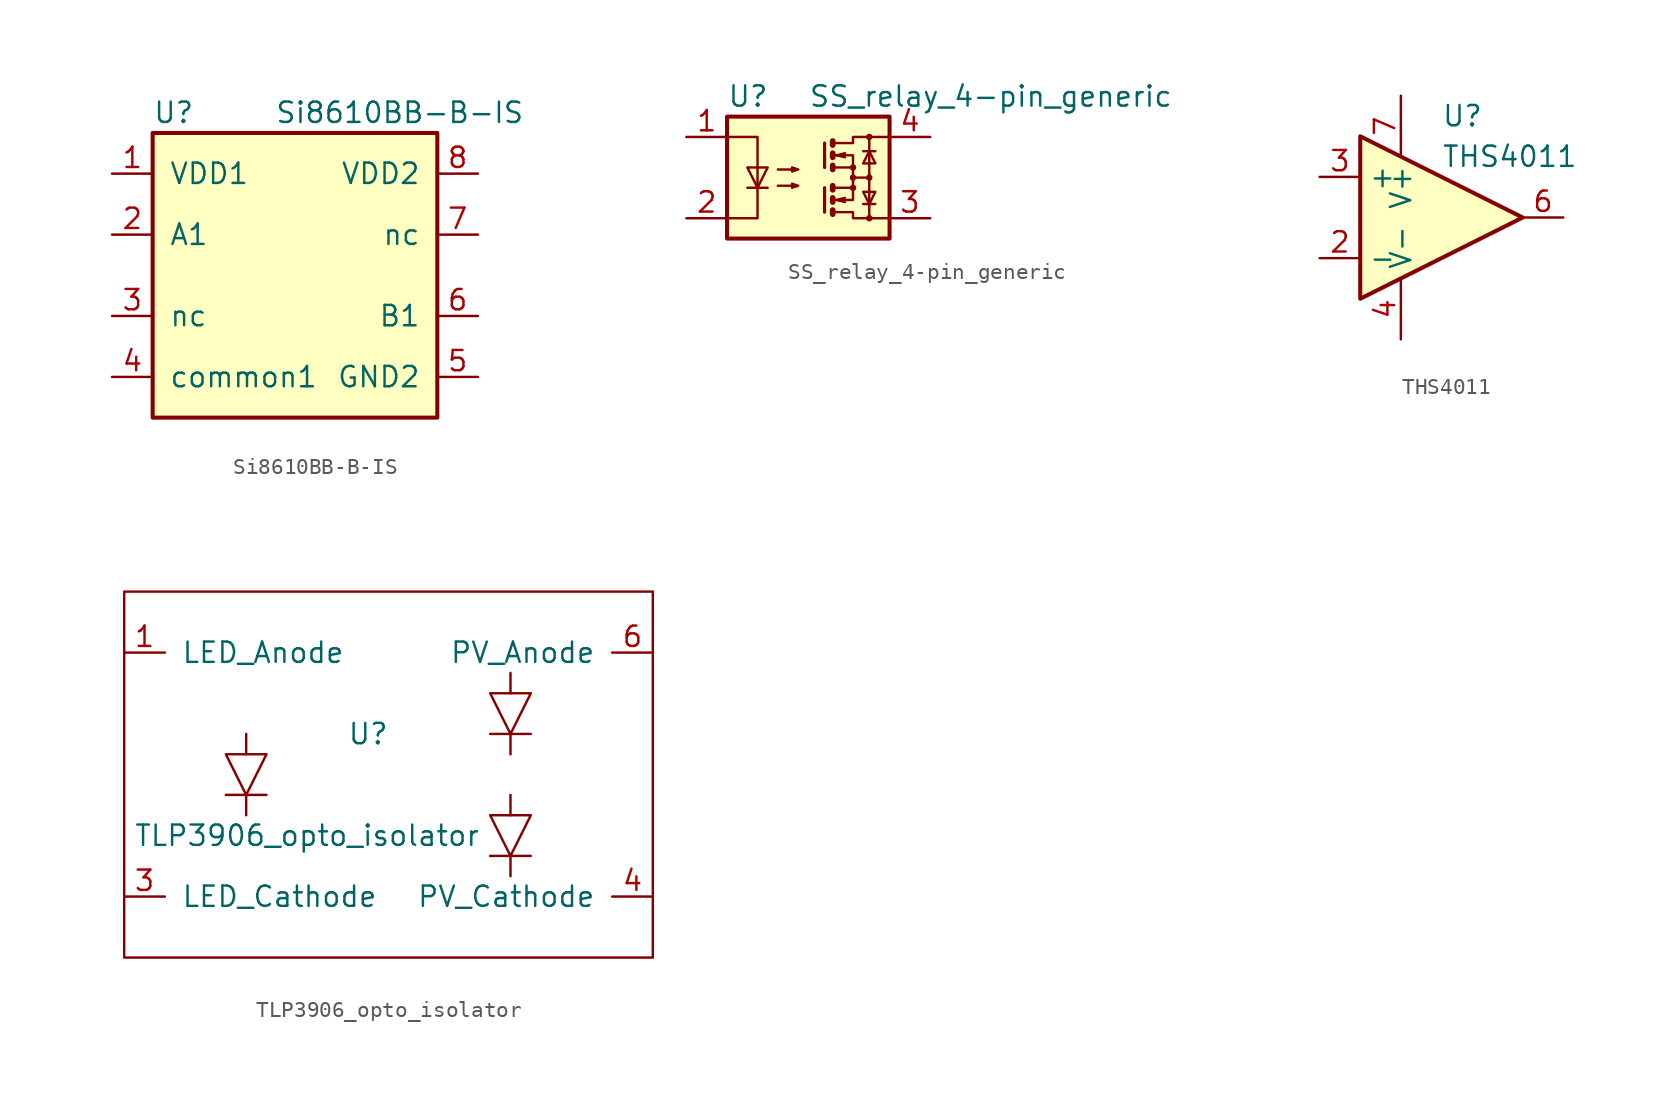
<source format=kicad_sym>
(kicad_symbol_lib
  (version 20211014)
  (generator kicad_symbol_editor)
  (symbol "Si8610BB-B-IS"
    (pin_names
      (offset 1.016))
    (property "Reference" "U"
      (at -8.89 10.16 0)
      (effects (font (size 1.27 1.27)) (justify left)))
    (property "Value" "Si8610BB-B-IS"
      (at -1.27 10.16 0)
      (effects (font (size 1.27 1.27)) (justify left)))
    (symbol "Si8610BB-B-IS_0_1"
      (rectangle (start -8.89 8.89) (end 8.89 -8.89) (stroke (width 0.254) (type default) (color 0 0 0 0)) (fill (type background))))
    (symbol "Si8610BB-B-IS_1_1"
      (pin power_in line (at -11.43 6.35 0) (length 2.54) (name "VDD1" (effects (font (size 1.27 1.27)))) (number "1" (effects (font (size 1.27 1.27)))))
      (pin input line (at -11.43 2.54 0) (length 2.54) (name "A1" (effects (font (size 1.27 1.27)))) (number "2" (effects (font (size 1.27 1.27)))))
      (pin bidirectional line (at -11.43 -2.54 0) (length 2.54) (name "nc" (effects (font (size 1.27 1.27)))) (number "3" (effects (font (size 1.27 1.27)))))
      (pin power_in line (at -11.43 -6.35 0) (length 2.54) (name "common1" (effects (font (size 1.27 1.27)))) (number "4" (effects (font (size 1.27 1.27)))))
      (pin power_in line (at 11.43 -6.35 180) (length 2.54) (name "GND2" (effects (font (size 1.27 1.27)))) (number "5" (effects (font (size 1.27 1.27)))))
      (pin output line (at 11.43 -2.54 180) (length 2.54) (name "B1" (effects (font (size 1.27 1.27)))) (number "6" (effects (font (size 1.27 1.27)))))
      (pin bidirectional line (at 11.43 2.54 180) (length 2.54) (name "nc" (effects (font (size 1.27 1.27)))) (number "7" (effects (font (size 1.27 1.27)))))
      (pin power_in line (at 11.43 6.35 180) (length 2.54) (name "VDD2" (effects (font (size 1.27 1.27)))) (number "8" (effects (font (size 1.27 1.27)))))))
  (symbol "SS_relay_4-pin_generic"
    (pin_names
      (offset 1.016))
    (property "Reference" "U"
      (at -5.08 5.08 0)
      (effects (font (size 1.27 1.27)) (justify left)))
    (property "Value" "SS_relay_4-pin_generic"
      (at 0 5.08 0)
      (effects (font (size 1.27 1.27)) (justify left)))
    (symbol "SS_relay_4-pin_generic_0_1"
      (rectangle (start -5.08 3.81) (end 5.08 -3.81) (stroke (width 0.254) (type default) (color 0 0 0 0)) (fill (type background)))
      (polyline (pts (xy -3.81 -0.635) (xy -2.54 -0.635)) (stroke (width 0) (type default) (color 0 0 0 0)) (fill (type none)))
      (polyline (pts (xy -3.175 0.635) (xy -3.175 -0.635)) (stroke (width 0) (type default) (color 0 0 0 0)) (fill (type none)))
      (polyline (pts (xy 1.016 -0.635) (xy 1.016 -2.159)) (stroke (width 0.203) (type default) (color 0 0 0 0)) (fill (type none)))
      (polyline (pts (xy 1.016 2.159) (xy 1.016 0.635)) (stroke (width 0.203) (type default) (color 0 0 0 0)) (fill (type none)))
      (polyline (pts (xy 1.524 -0.508) (xy 1.524 -0.762)) (stroke (width 0.356) (type default) (color 0 0 0 0)) (fill (type none)))
      (polyline (pts (xy 2.794 0) (xy 3.81 0)) (stroke (width 0) (type default) (color 0 0 0 0)) (fill (type none)))
      (polyline (pts (xy 3.429 -1.651) (xy 4.191 -1.651)) (stroke (width 0) (type default) (color 0 0 0 0)) (fill (type none)))
      (polyline (pts (xy 3.429 1.651) (xy 4.191 1.651)) (stroke (width 0) (type default) (color 0 0 0 0)) (fill (type none)))
      (polyline (pts (xy 3.81 0) (xy 3.81 -2.54)) (stroke (width 0) (type default) (color 0 0 0 0)) (fill (type none)))
      (polyline (pts (xy 3.81 0) (xy 3.81 2.54)) (stroke (width 0) (type default) (color 0 0 0 0)) (fill (type none)))
      (polyline (pts (xy -5.08 2.54) (xy -3.175 2.54) (xy -3.175 0.635)) (stroke (width 0) (type default) (color 0 0 0 0)) (fill (type none)))
      (polyline (pts (xy -3.175 -0.635) (xy -3.175 -2.54) (xy -5.08 -2.54)) (stroke (width 0) (type default) (color 0 0 0 0)) (fill (type none)))
      (polyline (pts (xy 1.524 -2.032) (xy 1.524 -2.286) (xy 1.524 -2.286)) (stroke (width 0.356) (type default) (color 0 0 0 0)) (fill (type none)))
      (polyline (pts (xy 1.524 -1.27) (xy 1.524 -1.524) (xy 1.524 -1.524)) (stroke (width 0.356) (type default) (color 0 0 0 0)) (fill (type none)))
      (polyline (pts (xy 1.524 0.762) (xy 1.524 0.508) (xy 1.524 0.508)) (stroke (width 0.356) (type default) (color 0 0 0 0)) (fill (type none)))
      (polyline (pts (xy 1.524 1.524) (xy 1.524 1.27) (xy 1.524 1.27)) (stroke (width 0.356) (type default) (color 0 0 0 0)) (fill (type none)))
      (polyline (pts (xy 1.524 2.286) (xy 1.524 2.032) (xy 1.524 2.032)) (stroke (width 0.356) (type default) (color 0 0 0 0)) (fill (type none)))
      (polyline (pts (xy 1.651 -1.397) (xy 2.794 -1.397) (xy 2.794 -0.635)) (stroke (width 0) (type default) (color 0 0 0 0)) (fill (type none)))
      (polyline (pts (xy 1.651 1.397) (xy 2.794 1.397) (xy 2.794 0.635)) (stroke (width 0) (type default) (color 0 0 0 0)) (fill (type none)))
      (polyline (pts (xy -3.175 -0.635) (xy -3.81 0.635) (xy -2.54 0.635) (xy -3.175 -0.635)) (stroke (width 0) (type default) (color 0 0 0 0)) (fill (type none)))
      (polyline (pts (xy 1.651 -2.159) (xy 2.794 -2.159) (xy 2.794 -2.54) (xy 5.08 -2.54)) (stroke (width 0) (type default) (color 0 0 0 0)) (fill (type none)))
      (polyline (pts (xy 1.651 -0.635) (xy 2.794 -0.635) (xy 2.794 0.635) (xy 1.651 0.635)) (stroke (width 0) (type default) (color 0 0 0 0)) (fill (type none)))
      (polyline (pts (xy 1.651 2.159) (xy 2.794 2.159) (xy 2.794 2.54) (xy 5.08 2.54)) (stroke (width 0) (type default) (color 0 0 0 0)) (fill (type none)))
      (polyline (pts (xy 1.778 -1.397) (xy 2.286 -1.27) (xy 2.286 -1.524) (xy 1.778 -1.397)) (stroke (width 0) (type default) (color 0 0 0 0)) (fill (type none)))
      (polyline (pts (xy 1.778 1.397) (xy 2.286 1.524) (xy 2.286 1.27) (xy 1.778 1.397)) (stroke (width 0) (type default) (color 0 0 0 0)) (fill (type none)))
      (polyline (pts (xy 3.81 -1.651) (xy 3.429 -0.889) (xy 4.191 -0.889) (xy 3.81 -1.651)) (stroke (width 0) (type default) (color 0 0 0 0)) (fill (type none)))
      (polyline (pts (xy 3.81 1.651) (xy 3.429 0.889) (xy 4.191 0.889) (xy 3.81 1.651)) (stroke (width 0) (type default) (color 0 0 0 0)) (fill (type none)))
      (polyline (pts (xy -1.905 -0.508) (xy -0.635 -0.508) (xy -1.016 -0.635) (xy -1.016 -0.381) (xy -0.635 -0.508)) (stroke (width 0) (type default) (color 0 0 0 0)) (fill (type none)))
      (polyline (pts (xy -1.905 0.508) (xy -0.635 0.508) (xy -1.016 0.381) (xy -1.016 0.635) (xy -0.635 0.508)) (stroke (width 0) (type default) (color 0 0 0 0)) (fill (type none)))
      (circle (center 2.794 -0.635) (radius 0.127) (stroke (width 0) (type default) (color 0 0 0 0)) (fill (type none)))
      (circle (center 2.794 0) (radius 0.127) (stroke (width 0) (type default) (color 0 0 0 0)) (fill (type none)))
      (circle (center 2.794 0.635) (radius 0.127) (stroke (width 0) (type default) (color 0 0 0 0)) (fill (type none)))
      (circle (center 3.81 -2.54) (radius 0.127) (stroke (width 0) (type default) (color 0 0 0 0)) (fill (type none)))
      (circle (center 3.81 0) (radius 0.127) (stroke (width 0) (type default) (color 0 0 0 0)) (fill (type none)))
      (circle (center 3.81 2.54) (radius 0.127) (stroke (width 0) (type default) (color 0 0 0 0)) (fill (type none))))
    (symbol "SS_relay_4-pin_generic_1_1"
      (pin passive line (at -7.62 2.54 0) (length 2.54) (name "~" (effects (font (size 1.27 1.27)))) (number "1" (effects (font (size 1.27 1.27)))))
      (pin passive line (at -7.62 -2.54 0) (length 2.54) (name "~" (effects (font (size 1.27 1.27)))) (number "2" (effects (font (size 1.27 1.27)))))
      (pin passive line (at 7.62 -2.54 180) (length 2.54) (name "~" (effects (font (size 1.27 1.27)))) (number "3" (effects (font (size 1.27 1.27)))))
      (pin passive line (at 7.62 2.54 180) (length 2.54) (name "~" (effects (font (size 1.27 1.27)))) (number "4" (effects (font (size 1.27 1.27)))))))
  (symbol "THS4011"
    (property "Reference" "U"
      (at 0 6.35 0)
      (effects (font (size 1.27 1.27)) (justify left)))
    (property "Value" "THS4011"
      (at 0 3.81 0)
      (effects (font (size 1.27 1.27)) (justify left)))
    (symbol "THS4011_0_1"
      (polyline (pts (xy -5.08 5.08) (xy 5.08 0) (xy -5.08 -5.08) (xy -5.08 5.08)) (stroke (width 0.254) (type default) (color 0 0 0 0)) (fill (type background))))
    (symbol "THS4011_1_1"
      (pin input line (at 0 -7.62 90) (length 5.08) hide (name "Null" (effects (font (size 1.27 1.27)))) (number "1" (effects (font (size 1.27 1.27)))))
      (pin input line (at -7.62 -2.54 0) (length 2.54) (name "-" (effects (font (size 1.27 1.27)))) (number "2" (effects (font (size 1.27 1.27)))))
      (pin input line (at -7.62 2.54 0) (length 2.54) (name "+" (effects (font (size 1.27 1.27)))) (number "3" (effects (font (size 1.27 1.27)))))
      (pin power_in line (at -2.54 -7.62 90) (length 3.81) (name "V-" (effects (font (size 1.27 1.27)))) (number "4" (effects (font (size 1.27 1.27)))))
      (pin output line (at 7.62 0 180) (length 2.54) (name "~" (effects (font (size 1.27 1.27)))) (number "6" (effects (font (size 1.27 1.27)))))
      (pin power_in line (at -2.54 7.62 270) (length 3.81) (name "V+" (effects (font (size 1.27 1.27)))) (number "7" (effects (font (size 1.27 1.27)))))
      (pin input line (at 2.54 -3.81 90) (length 2.54) hide (name "Null" (effects (font (size 1.27 1.27)))) (number "8" (effects (font (size 1.27 1.27)))))))
  (symbol "TLP3906_opto_isolator"
    (pin_names
      (offset 1.016))
    (property "Reference" "U"
      (at 3.81 1.27 0)
      (effects (font (size 1.27 1.27))))
    (property "Value" "TLP3906_opto_isolator"
      (at 0 -5.08 0)
      (effects (font (size 1.27 1.27))))
    (symbol "TLP3906_opto_isolator_0_1"
      (polyline (pts (xy -5.08 -2.54) (xy -2.54 -2.54)) (stroke (width 0) (type default) (color 0 0 0 0)) (fill (type none)))
      (polyline (pts (xy -3.81 -2.54) (xy -3.81 -3.81)) (stroke (width 0) (type default) (color 0 0 0 0)) (fill (type none)))
      (polyline (pts (xy -3.81 0) (xy -3.81 1.27)) (stroke (width 0) (type default) (color 0 0 0 0)) (fill (type none)))
      (polyline (pts (xy -5.08 0) (xy -2.54 0) (xy -3.81 -2.54) (xy -5.08 0)) (stroke (width 0) (type default) (color 0 0 0 0)) (fill (type none)))
      (rectangle (start 21.59 -12.7) (end -11.43 10.16) (stroke (width 0) (type default) (color 0 0 0 0)) (fill (type none))))
    (symbol "TLP3906_opto_isolator_1_1"
      (polyline (pts (xy 11.43 -6.35) (xy 13.97 -6.35)) (stroke (width 0) (type default) (color 0 0 0 0)) (fill (type none)))
      (polyline (pts (xy 11.43 1.27) (xy 13.97 1.27)) (stroke (width 0) (type default) (color 0 0 0 0)) (fill (type none)))
      (polyline (pts (xy 12.7 -6.35) (xy 12.7 -7.62)) (stroke (width 0) (type default) (color 0 0 0 0)) (fill (type none)))
      (polyline (pts (xy 12.7 -3.81) (xy 12.7 -2.54)) (stroke (width 0) (type default) (color 0 0 0 0)) (fill (type none)))
      (polyline (pts (xy 12.7 1.27) (xy 12.7 0)) (stroke (width 0) (type default) (color 0 0 0 0)) (fill (type none)))
      (polyline (pts (xy 12.7 3.81) (xy 12.7 5.08)) (stroke (width 0) (type default) (color 0 0 0 0)) (fill (type none)))
      (polyline (pts (xy 11.43 -3.81) (xy 13.97 -3.81) (xy 12.7 -6.35) (xy 11.43 -3.81)) (stroke (width 0) (type default) (color 0 0 0 0)) (fill (type none)))
      (polyline (pts (xy 11.43 3.81) (xy 13.97 3.81) (xy 12.7 1.27) (xy 11.43 3.81)) (stroke (width 0) (type default) (color 0 0 0 0)) (fill (type none)))
      (pin input line (at -11.43 6.35 0) (length 2.54) (name "LED_Anode" (effects (font (size 1.27 1.27)))) (number "1" (effects (font (size 1.27 1.27)))))
      (pin input line (at -11.43 -8.89 0) (length 2.54) (name "LED_Cathode" (effects (font (size 1.27 1.27)))) (number "3" (effects (font (size 1.27 1.27)))))
      (pin input line (at 21.59 -8.89 180) (length 2.54) (name "PV_Cathode" (effects (font (size 1.27 1.27)))) (number "4" (effects (font (size 1.27 1.27)))))
      (pin input line (at 21.59 6.35 180) (length 2.54) (name "PV_Anode" (effects (font (size 1.27 1.27)))) (number "6" (effects (font (size 1.27 1.27))))))))
</source>
